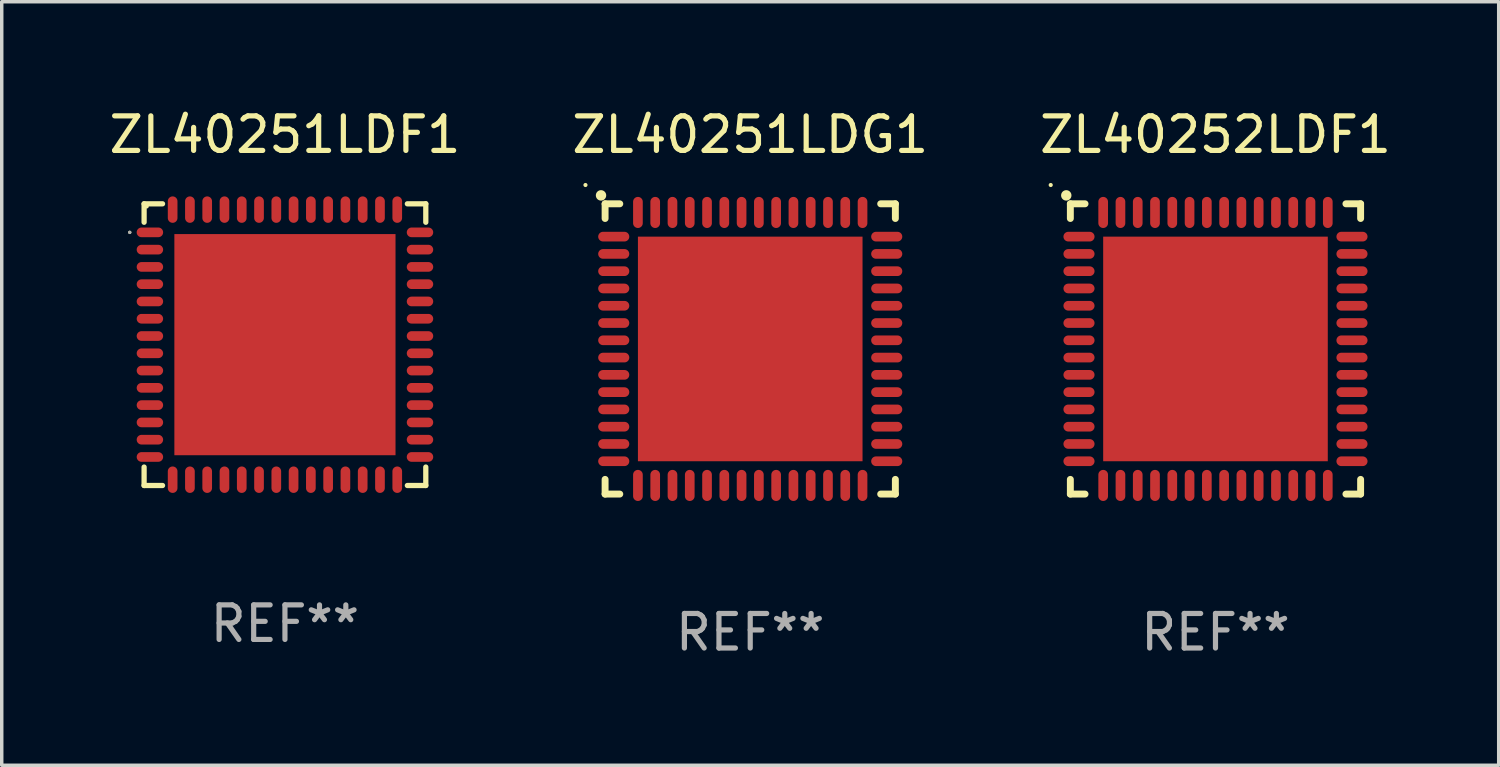
<source format=kicad_pcb>
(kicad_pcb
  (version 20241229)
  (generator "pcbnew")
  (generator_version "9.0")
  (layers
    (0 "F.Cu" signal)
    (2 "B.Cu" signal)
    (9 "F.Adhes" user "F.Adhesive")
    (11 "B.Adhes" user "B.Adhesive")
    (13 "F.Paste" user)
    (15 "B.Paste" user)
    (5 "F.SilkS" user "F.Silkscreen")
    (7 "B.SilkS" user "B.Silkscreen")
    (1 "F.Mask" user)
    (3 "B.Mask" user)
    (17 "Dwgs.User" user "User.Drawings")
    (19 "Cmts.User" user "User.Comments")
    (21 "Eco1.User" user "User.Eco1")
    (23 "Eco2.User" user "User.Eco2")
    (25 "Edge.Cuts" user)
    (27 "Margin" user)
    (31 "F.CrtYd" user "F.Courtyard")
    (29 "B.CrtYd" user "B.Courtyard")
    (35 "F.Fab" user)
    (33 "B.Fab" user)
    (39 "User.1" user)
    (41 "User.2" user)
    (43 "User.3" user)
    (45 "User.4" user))
  (footprint "ZL40252LDF1"
    (layer "F.Cu")
    (at 32.125 7.048)
    (property "Reference" "ZL40252LDF1" (at 0 -6.2 0) (layer "F.SilkS") (effects (font (size 1 1) (thickness 0.15))))
    (attr through_hole)
    (fp_line (start -4.2 -4.2) (end -3.775 -4.2) (stroke (width 0.2) (type solid)) (layer "F.SilkS"))
    (fp_line (start -4.2 -3.775) (end -4.2 -4.2) (stroke (width 0.2) (type solid)) (layer "F.SilkS"))
    (fp_line (start -4.2 3.775) (end -4.2 4.2) (stroke (width 0.2) (type solid)) (layer "F.SilkS"))
    (fp_line (start -4.2 4.2) (end -3.775 4.2) (stroke (width 0.2) (type solid)) (layer "F.SilkS"))
    (fp_line (start 3.775 4.2) (end 4.2 4.2) (stroke (width 0.2) (type solid)) (layer "F.SilkS"))
    (fp_line (start 4.2 -4.2) (end 3.775 -4.2) (stroke (width 0.2) (type solid)) (layer "F.SilkS"))
    (fp_line (start 4.2 -3.775) (end 4.2 -4.2) (stroke (width 0.2) (type solid)) (layer "F.SilkS"))
    (fp_line (start 4.2 4.2) (end 4.2 3.775) (stroke (width 0.2) (type solid)) (layer "F.SilkS"))
    (fp_arc (start -4.318009 -4.442469) (mid -4.318014 -4.443739) (end -4.318009 -4.445009) (stroke (width 0.3) (type solid)) (layer "F.SilkS"))
    (fp_circle (center -4.768 -4.744) (end -4.738 -4.744) (stroke (width 0.06) (type solid)) (fill no) (layer "F.SilkS"))
    (fp_text user "REF**" (at 0 8.2 0) (layer "F.Fab") (effects (font (size 1 1) (thickness 0.15))))
    (pad "1" smd oval (at -3.95 -3.25 90) (size 0.28 0.9) (layers "F.Cu" "F.Mask" "F.Paste"))
    (pad "2" smd oval (at -3.95 -2.75 90) (size 0.28 0.9) (layers "F.Cu" "F.Mask" "F.Paste"))
    (pad "3" smd oval (at -3.95 -2.25 90) (size 0.28 0.9) (layers "F.Cu" "F.Mask" "F.Paste"))
    (pad "4" smd oval (at -3.95 -1.75 90) (size 0.28 0.9) (layers "F.Cu" "F.Mask" "F.Paste"))
    (pad "5" smd oval (at -3.95 -1.25 90) (size 0.28 0.9) (layers "F.Cu" "F.Mask" "F.Paste"))
    (pad "6" smd oval (at -3.95 -0.75 90) (size 0.28 0.9) (layers "F.Cu" "F.Mask" "F.Paste"))
    (pad "7" smd oval (at -3.95 -0.25 90) (size 0.28 0.9) (layers "F.Cu" "F.Mask" "F.Paste"))
    (pad "8" smd oval (at -3.95 0.25 90) (size 0.28 0.9) (layers "F.Cu" "F.Mask" "F.Paste"))
    (pad "9" smd oval (at -3.95 0.75 90) (size 0.28 0.9) (layers "F.Cu" "F.Mask" "F.Paste"))
    (pad "10" smd oval (at -3.95 1.25 90) (size 0.28 0.9) (layers "F.Cu" "F.Mask" "F.Paste"))
    (pad "11" smd oval (at -3.95 1.75 90) (size 0.28 0.9) (layers "F.Cu" "F.Mask" "F.Paste"))
    (pad "12" smd oval (at -3.95 2.25 90) (size 0.28 0.9) (layers "F.Cu" "F.Mask" "F.Paste"))
    (pad "13" smd oval (at -3.95 2.75 90) (size 0.28 0.9) (layers "F.Cu" "F.Mask" "F.Paste"))
    (pad "14" smd oval (at -3.95 3.25 90) (size 0.28 0.9) (layers "F.Cu" "F.Mask" "F.Paste"))
    (pad "15" smd oval (at -3.25 3.95) (size 0.28 0.9) (layers "F.Cu" "F.Mask" "F.Paste"))
    (pad "16" smd oval (at -2.75 3.95) (size 0.28 0.9) (layers "F.Cu" "F.Mask" "F.Paste"))
    (pad "17" smd oval (at -2.25 3.95) (size 0.28 0.9) (layers "F.Cu" "F.Mask" "F.Paste"))
    (pad "18" smd oval (at -1.75 3.95) (size 0.28 0.9) (layers "F.Cu" "F.Mask" "F.Paste"))
    (pad "19" smd oval (at -1.25 3.95) (size 0.28 0.9) (layers "F.Cu" "F.Mask" "F.Paste"))
    (pad "20" smd oval (at -0.75 3.95) (size 0.28 0.9) (layers "F.Cu" "F.Mask" "F.Paste"))
    (pad "21" smd oval (at -0.25 3.95) (size 0.28 0.9) (layers "F.Cu" "F.Mask" "F.Paste"))
    (pad "22" smd oval (at 0.25 3.95) (size 0.28 0.9) (layers "F.Cu" "F.Mask" "F.Paste"))
    (pad "23" smd oval (at 0.75 3.95) (size 0.28 0.9) (layers "F.Cu" "F.Mask" "F.Paste"))
    (pad "24" smd oval (at 1.25 3.95) (size 0.28 0.9) (layers "F.Cu" "F.Mask" "F.Paste"))
    (pad "25" smd oval (at 1.75 3.95) (size 0.28 0.9) (layers "F.Cu" "F.Mask" "F.Paste"))
    (pad "26" smd oval (at 2.25 3.95) (size 0.28 0.9) (layers "F.Cu" "F.Mask" "F.Paste"))
    (pad "27" smd oval (at 2.75 3.95) (size 0.28 0.9) (layers "F.Cu" "F.Mask" "F.Paste"))
    (pad "28" smd oval (at 3.25 3.95) (size 0.28 0.9) (layers "F.Cu" "F.Mask" "F.Paste"))
    (pad "29" smd oval (at 3.95 3.25 90) (size 0.28 0.9) (layers "F.Cu" "F.Mask" "F.Paste"))
    (pad "30" smd oval (at 3.95 2.75 90) (size 0.28 0.9) (layers "F.Cu" "F.Mask" "F.Paste"))
    (pad "31" smd oval (at 3.95 2.25 90) (size 0.28 0.9) (layers "F.Cu" "F.Mask" "F.Paste"))
    (pad "32" smd oval (at 3.95 1.75 90) (size 0.28 0.9) (layers "F.Cu" "F.Mask" "F.Paste"))
    (pad "33" smd oval (at 3.95 1.25 90) (size 0.28 0.9) (layers "F.Cu" "F.Mask" "F.Paste"))
    (pad "34" smd oval (at 3.95 0.75 90) (size 0.28 0.9) (layers "F.Cu" "F.Mask" "F.Paste"))
    (pad "35" smd oval (at 3.95 0.25 90) (size 0.28 0.9) (layers "F.Cu" "F.Mask" "F.Paste"))
    (pad "36" smd oval (at 3.95 -0.25 90) (size 0.28 0.9) (layers "F.Cu" "F.Mask" "F.Paste"))
    (pad "37" smd oval (at 3.95 -0.75 90) (size 0.28 0.9) (layers "F.Cu" "F.Mask" "F.Paste"))
    (pad "38" smd oval (at 3.95 -1.25 90) (size 0.28 0.9) (layers "F.Cu" "F.Mask" "F.Paste"))
    (pad "39" smd oval (at 3.95 -1.75 90) (size 0.28 0.9) (layers "F.Cu" "F.Mask" "F.Paste"))
    (pad "40" smd oval (at 3.95 -2.25 90) (size 0.28 0.9) (layers "F.Cu" "F.Mask" "F.Paste"))
    (pad "41" smd oval (at 3.95 -2.75 90) (size 0.28 0.9) (layers "F.Cu" "F.Mask" "F.Paste"))
    (pad "42" smd oval (at 3.95 -3.25 90) (size 0.28 0.9) (layers "F.Cu" "F.Mask" "F.Paste"))
    (pad "43" smd oval (at 3.25 -3.95) (size 0.28 0.9) (layers "F.Cu" "F.Mask" "F.Paste"))
    (pad "44" smd oval (at 2.75 -3.95) (size 0.28 0.9) (layers "F.Cu" "F.Mask" "F.Paste"))
    (pad "45" smd oval (at 2.25 -3.95) (size 0.28 0.9) (layers "F.Cu" "F.Mask" "F.Paste"))
    (pad "46" smd oval (at 1.75 -3.95) (size 0.28 0.9) (layers "F.Cu" "F.Mask" "F.Paste"))
    (pad "47" smd oval (at 1.25 -3.95) (size 0.28 0.9) (layers "F.Cu" "F.Mask" "F.Paste"))
    (pad "48" smd oval (at 0.75 -3.95) (size 0.28 0.9) (layers "F.Cu" "F.Mask" "F.Paste"))
    (pad "49" smd oval (at 0.25 -3.95) (size 0.28 0.9) (layers "F.Cu" "F.Mask" "F.Paste"))
    (pad "50" smd oval (at -0.25 -3.95) (size 0.28 0.9) (layers "F.Cu" "F.Mask" "F.Paste"))
    (pad "51" smd oval (at -0.75 -3.95) (size 0.28 0.9) (layers "F.Cu" "F.Mask" "F.Paste"))
    (pad "52" smd oval (at -1.25 -3.95) (size 0.28 0.9) (layers "F.Cu" "F.Mask" "F.Paste"))
    (pad "53" smd oval (at -1.75 -3.95) (size 0.28 0.9) (layers "F.Cu" "F.Mask" "F.Paste"))
    (pad "54" smd oval (at -2.25 -3.95) (size 0.28 0.9) (layers "F.Cu" "F.Mask" "F.Paste"))
    (pad "55" smd oval (at -2.75 -3.95) (size 0.28 0.9) (layers "F.Cu" "F.Mask" "F.Paste"))
    (pad "56" smd oval (at -3.25 -3.95) (size 0.28 0.9) (layers "F.Cu" "F.Mask" "F.Paste"))
    (pad "57" smd rect (at 0 0) (size 6.5 6.5) (layers "F.Cu" "F.Mask" "F.Paste")))
  (footprint "ZL40251LDG1"
    (layer "F.Cu")
    (at 18.661 7.048)
    (property "Reference" "ZL40251LDG1" (at 0 -6.2 0) (layer "F.SilkS") (effects (font (size 1 1) (thickness 0.15))))
    (attr through_hole)
    (fp_line (start -4.2 -4.2) (end -3.775 -4.2) (stroke (width 0.2) (type solid)) (layer "F.SilkS"))
    (fp_line (start -4.2 -3.775) (end -4.2 -4.2) (stroke (width 0.2) (type solid)) (layer "F.SilkS"))
    (fp_line (start -4.2 3.775) (end -4.2 4.2) (stroke (width 0.2) (type solid)) (layer "F.SilkS"))
    (fp_line (start -4.2 4.2) (end -3.775 4.2) (stroke (width 0.2) (type solid)) (layer "F.SilkS"))
    (fp_line (start 3.775 4.2) (end 4.2 4.2) (stroke (width 0.2) (type solid)) (layer "F.SilkS"))
    (fp_line (start 4.2 -4.2) (end 3.775 -4.2) (stroke (width 0.2) (type solid)) (layer "F.SilkS"))
    (fp_line (start 4.2 -3.775) (end 4.2 -4.2) (stroke (width 0.2) (type solid)) (layer "F.SilkS"))
    (fp_line (start 4.2 4.2) (end 4.2 3.775) (stroke (width 0.2) (type solid)) (layer "F.SilkS"))
    (fp_arc (start -4.318009 -4.442469) (mid -4.318014 -4.443739) (end -4.318009 -4.445009) (stroke (width 0.3) (type solid)) (layer "F.SilkS"))
    (fp_circle (center -4.768 -4.744) (end -4.738 -4.744) (stroke (width 0.06) (type solid)) (fill no) (layer "F.SilkS"))
    (fp_text user "REF**" (at 0 8.2 0) (layer "F.Fab") (effects (font (size 1 1) (thickness 0.15))))
    (pad "1" smd oval (at -3.95 -3.25 90) (size 0.28 0.9) (layers "F.Cu" "F.Mask" "F.Paste"))
    (pad "2" smd oval (at -3.95 -2.75 90) (size 0.28 0.9) (layers "F.Cu" "F.Mask" "F.Paste"))
    (pad "3" smd oval (at -3.95 -2.25 90) (size 0.28 0.9) (layers "F.Cu" "F.Mask" "F.Paste"))
    (pad "4" smd oval (at -3.95 -1.75 90) (size 0.28 0.9) (layers "F.Cu" "F.Mask" "F.Paste"))
    (pad "5" smd oval (at -3.95 -1.25 90) (size 0.28 0.9) (layers "F.Cu" "F.Mask" "F.Paste"))
    (pad "6" smd oval (at -3.95 -0.75 90) (size 0.28 0.9) (layers "F.Cu" "F.Mask" "F.Paste"))
    (pad "7" smd oval (at -3.95 -0.25 90) (size 0.28 0.9) (layers "F.Cu" "F.Mask" "F.Paste"))
    (pad "8" smd oval (at -3.95 0.25 90) (size 0.28 0.9) (layers "F.Cu" "F.Mask" "F.Paste"))
    (pad "9" smd oval (at -3.95 0.75 90) (size 0.28 0.9) (layers "F.Cu" "F.Mask" "F.Paste"))
    (pad "10" smd oval (at -3.95 1.25 90) (size 0.28 0.9) (layers "F.Cu" "F.Mask" "F.Paste"))
    (pad "11" smd oval (at -3.95 1.75 90) (size 0.28 0.9) (layers "F.Cu" "F.Mask" "F.Paste"))
    (pad "12" smd oval (at -3.95 2.25 90) (size 0.28 0.9) (layers "F.Cu" "F.Mask" "F.Paste"))
    (pad "13" smd oval (at -3.95 2.75 90) (size 0.28 0.9) (layers "F.Cu" "F.Mask" "F.Paste"))
    (pad "14" smd oval (at -3.95 3.25 90) (size 0.28 0.9) (layers "F.Cu" "F.Mask" "F.Paste"))
    (pad "15" smd oval (at -3.25 3.95) (size 0.28 0.9) (layers "F.Cu" "F.Mask" "F.Paste"))
    (pad "16" smd oval (at -2.75 3.95) (size 0.28 0.9) (layers "F.Cu" "F.Mask" "F.Paste"))
    (pad "17" smd oval (at -2.25 3.95) (size 0.28 0.9) (layers "F.Cu" "F.Mask" "F.Paste"))
    (pad "18" smd oval (at -1.75 3.95) (size 0.28 0.9) (layers "F.Cu" "F.Mask" "F.Paste"))
    (pad "19" smd oval (at -1.25 3.95) (size 0.28 0.9) (layers "F.Cu" "F.Mask" "F.Paste"))
    (pad "20" smd oval (at -0.75 3.95) (size 0.28 0.9) (layers "F.Cu" "F.Mask" "F.Paste"))
    (pad "21" smd oval (at -0.25 3.95) (size 0.28 0.9) (layers "F.Cu" "F.Mask" "F.Paste"))
    (pad "22" smd oval (at 0.25 3.95) (size 0.28 0.9) (layers "F.Cu" "F.Mask" "F.Paste"))
    (pad "23" smd oval (at 0.75 3.95) (size 0.28 0.9) (layers "F.Cu" "F.Mask" "F.Paste"))
    (pad "24" smd oval (at 1.25 3.95) (size 0.28 0.9) (layers "F.Cu" "F.Mask" "F.Paste"))
    (pad "25" smd oval (at 1.75 3.95) (size 0.28 0.9) (layers "F.Cu" "F.Mask" "F.Paste"))
    (pad "26" smd oval (at 2.25 3.95) (size 0.28 0.9) (layers "F.Cu" "F.Mask" "F.Paste"))
    (pad "27" smd oval (at 2.75 3.95) (size 0.28 0.9) (layers "F.Cu" "F.Mask" "F.Paste"))
    (pad "28" smd oval (at 3.25 3.95) (size 0.28 0.9) (layers "F.Cu" "F.Mask" "F.Paste"))
    (pad "29" smd oval (at 3.95 3.25 90) (size 0.28 0.9) (layers "F.Cu" "F.Mask" "F.Paste"))
    (pad "30" smd oval (at 3.95 2.75 90) (size 0.28 0.9) (layers "F.Cu" "F.Mask" "F.Paste"))
    (pad "31" smd oval (at 3.95 2.25 90) (size 0.28 0.9) (layers "F.Cu" "F.Mask" "F.Paste"))
    (pad "32" smd oval (at 3.95 1.75 90) (size 0.28 0.9) (layers "F.Cu" "F.Mask" "F.Paste"))
    (pad "33" smd oval (at 3.95 1.25 90) (size 0.28 0.9) (layers "F.Cu" "F.Mask" "F.Paste"))
    (pad "34" smd oval (at 3.95 0.75 90) (size 0.28 0.9) (layers "F.Cu" "F.Mask" "F.Paste"))
    (pad "35" smd oval (at 3.95 0.25 90) (size 0.28 0.9) (layers "F.Cu" "F.Mask" "F.Paste"))
    (pad "36" smd oval (at 3.95 -0.25 90) (size 0.28 0.9) (layers "F.Cu" "F.Mask" "F.Paste"))
    (pad "37" smd oval (at 3.95 -0.75 90) (size 0.28 0.9) (layers "F.Cu" "F.Mask" "F.Paste"))
    (pad "38" smd oval (at 3.95 -1.25 90) (size 0.28 0.9) (layers "F.Cu" "F.Mask" "F.Paste"))
    (pad "39" smd oval (at 3.95 -1.75 90) (size 0.28 0.9) (layers "F.Cu" "F.Mask" "F.Paste"))
    (pad "40" smd oval (at 3.95 -2.25 90) (size 0.28 0.9) (layers "F.Cu" "F.Mask" "F.Paste"))
    (pad "41" smd oval (at 3.95 -2.75 90) (size 0.28 0.9) (layers "F.Cu" "F.Mask" "F.Paste"))
    (pad "42" smd oval (at 3.95 -3.25 90) (size 0.28 0.9) (layers "F.Cu" "F.Mask" "F.Paste"))
    (pad "43" smd oval (at 3.25 -3.95) (size 0.28 0.9) (layers "F.Cu" "F.Mask" "F.Paste"))
    (pad "44" smd oval (at 2.75 -3.95) (size 0.28 0.9) (layers "F.Cu" "F.Mask" "F.Paste"))
    (pad "45" smd oval (at 2.25 -3.95) (size 0.28 0.9) (layers "F.Cu" "F.Mask" "F.Paste"))
    (pad "46" smd oval (at 1.75 -3.95) (size 0.28 0.9) (layers "F.Cu" "F.Mask" "F.Paste"))
    (pad "47" smd oval (at 1.25 -3.95) (size 0.28 0.9) (layers "F.Cu" "F.Mask" "F.Paste"))
    (pad "48" smd oval (at 0.75 -3.95) (size 0.28 0.9) (layers "F.Cu" "F.Mask" "F.Paste"))
    (pad "49" smd oval (at 0.25 -3.95) (size 0.28 0.9) (layers "F.Cu" "F.Mask" "F.Paste"))
    (pad "50" smd oval (at -0.25 -3.95) (size 0.28 0.9) (layers "F.Cu" "F.Mask" "F.Paste"))
    (pad "51" smd oval (at -0.75 -3.95) (size 0.28 0.9) (layers "F.Cu" "F.Mask" "F.Paste"))
    (pad "52" smd oval (at -1.25 -3.95) (size 0.28 0.9) (layers "F.Cu" "F.Mask" "F.Paste"))
    (pad "53" smd oval (at -1.75 -3.95) (size 0.28 0.9) (layers "F.Cu" "F.Mask" "F.Paste"))
    (pad "54" smd oval (at -2.25 -3.95) (size 0.28 0.9) (layers "F.Cu" "F.Mask" "F.Paste"))
    (pad "55" smd oval (at -2.75 -3.95) (size 0.28 0.9) (layers "F.Cu" "F.Mask" "F.Paste"))
    (pad "56" smd oval (at -3.25 -3.95) (size 0.28 0.9) (layers "F.Cu" "F.Mask" "F.Paste"))
    (pad "57" smd rect (at 0 0) (size 6.5 6.5) (layers "F.Cu" "F.Mask" "F.Paste")))
  (footprint "ZL40251LDF1"
    (layer "F.Cu")
    (at 5.196 6.924)
    (property "Reference" "ZL40251LDF1" (at 0 -6.076 0) (layer "F.SilkS") (effects (font (size 1 1) (thickness 0.15))))
    (attr through_hole)
    (fp_line (start -4.076 -4.076) (end -3.542 -4.076) (stroke (width 0.152) (type solid)) (layer "F.SilkS"))
    (fp_line (start -4.076 -3.542) (end -4.076 -4.076) (stroke (width 0.152) (type solid)) (layer "F.SilkS"))
    (fp_line (start -4.076 3.542) (end -4.076 4.076) (stroke (width 0.152) (type solid)) (layer "F.SilkS"))
    (fp_line (start -4.076 4.076) (end -3.542 4.076) (stroke (width 0.152) (type solid)) (layer "F.SilkS"))
    (fp_line (start 4.076 -4.076) (end 3.542 -4.076) (stroke (width 0.152) (type solid)) (layer "F.SilkS"))
    (fp_line (start 4.076 -3.542) (end 4.076 -4.076) (stroke (width 0.152) (type solid)) (layer "F.SilkS"))
    (fp_line (start 4.076 3.542) (end 4.076 4.076) (stroke (width 0.152) (type solid)) (layer "F.SilkS"))
    (fp_line (start 4.076 4.076) (end 3.542 4.076) (stroke (width 0.152) (type solid)) (layer "F.SilkS"))
    (fp_circle (center -4.491 -3.25) (end -4.466 -3.25) (stroke (width 0.05) (type solid)) (fill no) (layer "F.SilkS"))
    (fp_circle (center -4 -4) (end -3.97 -4) (stroke (width 0.06) (type solid)) (fill no) (layer "F.SilkS"))
    (fp_circle (center -4.491 -3.25) (end -4.466 -3.25) (stroke (width 0.05) (type solid)) (fill no) (layer "F.Fab"))
    (fp_text user "REF**" (at 0 8.076 0) (layer "F.Fab") (effects (font (size 1 1) (thickness 0.15))))
    (pad "1" smd oval (at -3.908 -3.25) (size 0.765 0.28) (layers "F.Cu" "F.Mask" "F.Paste"))
    (pad "2" smd oval (at -3.908 -2.75) (size 0.765 0.28) (layers "F.Cu" "F.Mask" "F.Paste"))
    (pad "3" smd oval (at -3.908 -2.25) (size 0.765 0.28) (layers "F.Cu" "F.Mask" "F.Paste"))
    (pad "4" smd oval (at -3.908 -1.75) (size 0.765 0.28) (layers "F.Cu" "F.Mask" "F.Paste"))
    (pad "5" smd oval (at -3.908 -1.25) (size 0.765 0.28) (layers "F.Cu" "F.Mask" "F.Paste"))
    (pad "6" smd oval (at -3.908 -0.75) (size 0.765 0.28) (layers "F.Cu" "F.Mask" "F.Paste"))
    (pad "7" smd oval (at -3.908 -0.25) (size 0.765 0.28) (layers "F.Cu" "F.Mask" "F.Paste"))
    (pad "8" smd oval (at -3.908 0.25) (size 0.765 0.28) (layers "F.Cu" "F.Mask" "F.Paste"))
    (pad "9" smd oval (at -3.908 0.75) (size 0.765 0.28) (layers "F.Cu" "F.Mask" "F.Paste"))
    (pad "10" smd oval (at -3.908 1.25) (size 0.765 0.28) (layers "F.Cu" "F.Mask" "F.Paste"))
    (pad "11" smd oval (at -3.908 1.75) (size 0.765 0.28) (layers "F.Cu" "F.Mask" "F.Paste"))
    (pad "12" smd oval (at -3.908 2.25) (size 0.765 0.28) (layers "F.Cu" "F.Mask" "F.Paste"))
    (pad "13" smd oval (at -3.908 2.75) (size 0.765 0.28) (layers "F.Cu" "F.Mask" "F.Paste"))
    (pad "14" smd oval (at -3.908 3.25) (size 0.765 0.28) (layers "F.Cu" "F.Mask" "F.Paste"))
    (pad "15" smd oval (at -3.25 3.908) (size 0.28 0.765) (layers "F.Cu" "F.Mask" "F.Paste"))
    (pad "16" smd oval (at -2.75 3.908) (size 0.28 0.765) (layers "F.Cu" "F.Mask" "F.Paste"))
    (pad "17" smd oval (at -2.25 3.908) (size 0.28 0.765) (layers "F.Cu" "F.Mask" "F.Paste"))
    (pad "18" smd oval (at -1.75 3.908) (size 0.28 0.765) (layers "F.Cu" "F.Mask" "F.Paste"))
    (pad "19" smd oval (at -1.25 3.908) (size 0.28 0.765) (layers "F.Cu" "F.Mask" "F.Paste"))
    (pad "20" smd oval (at -0.75 3.908) (size 0.28 0.765) (layers "F.Cu" "F.Mask" "F.Paste"))
    (pad "21" smd oval (at -0.25 3.908) (size 0.28 0.765) (layers "F.Cu" "F.Mask" "F.Paste"))
    (pad "22" smd oval (at 0.25 3.908) (size 0.28 0.765) (layers "F.Cu" "F.Mask" "F.Paste"))
    (pad "23" smd oval (at 0.75 3.908) (size 0.28 0.765) (layers "F.Cu" "F.Mask" "F.Paste"))
    (pad "24" smd oval (at 1.25 3.908) (size 0.28 0.765) (layers "F.Cu" "F.Mask" "F.Paste"))
    (pad "25" smd oval (at 1.75 3.908) (size 0.28 0.765) (layers "F.Cu" "F.Mask" "F.Paste"))
    (pad "26" smd oval (at 2.25 3.908) (size 0.28 0.765) (layers "F.Cu" "F.Mask" "F.Paste"))
    (pad "27" smd oval (at 2.75 3.908) (size 0.28 0.765) (layers "F.Cu" "F.Mask" "F.Paste"))
    (pad "28" smd oval (at 3.25 3.908) (size 0.28 0.765) (layers "F.Cu" "F.Mask" "F.Paste"))
    (pad "29" smd oval (at 3.908 3.25) (size 0.765 0.28) (layers "F.Cu" "F.Mask" "F.Paste"))
    (pad "30" smd oval (at 3.908 2.75) (size 0.765 0.28) (layers "F.Cu" "F.Mask" "F.Paste"))
    (pad "31" smd oval (at 3.908 2.25) (size 0.765 0.28) (layers "F.Cu" "F.Mask" "F.Paste"))
    (pad "32" smd oval (at 3.908 1.75) (size 0.765 0.28) (layers "F.Cu" "F.Mask" "F.Paste"))
    (pad "33" smd oval (at 3.908 1.25) (size 0.765 0.28) (layers "F.Cu" "F.Mask" "F.Paste"))
    (pad "34" smd oval (at 3.908 0.75) (size 0.765 0.28) (layers "F.Cu" "F.Mask" "F.Paste"))
    (pad "35" smd oval (at 3.908 0.25) (size 0.765 0.28) (layers "F.Cu" "F.Mask" "F.Paste"))
    (pad "36" smd oval (at 3.908 -0.25) (size 0.765 0.28) (layers "F.Cu" "F.Mask" "F.Paste"))
    (pad "37" smd oval (at 3.908 -0.75) (size 0.765 0.28) (layers "F.Cu" "F.Mask" "F.Paste"))
    (pad "38" smd oval (at 3.908 -1.25) (size 0.765 0.28) (layers "F.Cu" "F.Mask" "F.Paste"))
    (pad "39" smd oval (at 3.908 -1.75) (size 0.765 0.28) (layers "F.Cu" "F.Mask" "F.Paste"))
    (pad "40" smd oval (at 3.908 -2.25) (size 0.765 0.28) (layers "F.Cu" "F.Mask" "F.Paste"))
    (pad "41" smd oval (at 3.908 -2.75) (size 0.765 0.28) (layers "F.Cu" "F.Mask" "F.Paste"))
    (pad "42" smd oval (at 3.908 -3.25) (size 0.765 0.28) (layers "F.Cu" "F.Mask" "F.Paste"))
    (pad "43" smd oval (at 3.25 -3.908) (size 0.28 0.765) (layers "F.Cu" "F.Mask" "F.Paste"))
    (pad "44" smd oval (at 2.75 -3.908) (size 0.28 0.765) (layers "F.Cu" "F.Mask" "F.Paste"))
    (pad "45" smd oval (at 2.25 -3.908) (size 0.28 0.765) (layers "F.Cu" "F.Mask" "F.Paste"))
    (pad "46" smd oval (at 1.75 -3.908) (size 0.28 0.765) (layers "F.Cu" "F.Mask" "F.Paste"))
    (pad "47" smd oval (at 1.25 -3.908) (size 0.28 0.765) (layers "F.Cu" "F.Mask" "F.Paste"))
    (pad "48" smd oval (at 0.75 -3.908) (size 0.28 0.765) (layers "F.Cu" "F.Mask" "F.Paste"))
    (pad "49" smd oval (at 0.25 -3.908) (size 0.28 0.765) (layers "F.Cu" "F.Mask" "F.Paste"))
    (pad "50" smd oval (at -0.25 -3.908) (size 0.28 0.765) (layers "F.Cu" "F.Mask" "F.Paste"))
    (pad "51" smd oval (at -0.75 -3.908) (size 0.28 0.765) (layers "F.Cu" "F.Mask" "F.Paste"))
    (pad "52" smd oval (at -1.25 -3.908) (size 0.28 0.765) (layers "F.Cu" "F.Mask" "F.Paste"))
    (pad "53" smd oval (at -1.75 -3.908) (size 0.28 0.765) (layers "F.Cu" "F.Mask" "F.Paste"))
    (pad "54" smd oval (at -2.25 -3.908) (size 0.28 0.765) (layers "F.Cu" "F.Mask" "F.Paste"))
    (pad "55" smd oval (at -2.75 -3.908) (size 0.28 0.765) (layers "F.Cu" "F.Mask" "F.Paste"))
    (pad "56" smd oval (at -3.25 -3.908) (size 0.28 0.765) (layers "F.Cu" "F.Mask" "F.Paste"))
    (pad "57" smd rect (at 0 0) (size 6.4 6.4) (layers "F.Cu" "F.Mask" "F.Paste")))
  (gr_rect
    (start -3 -3)
    (end 40.321 19.096)
    (stroke (width 0.1) (type default))
    (fill no)
    (layer "Edge.Cuts")))
</source>
